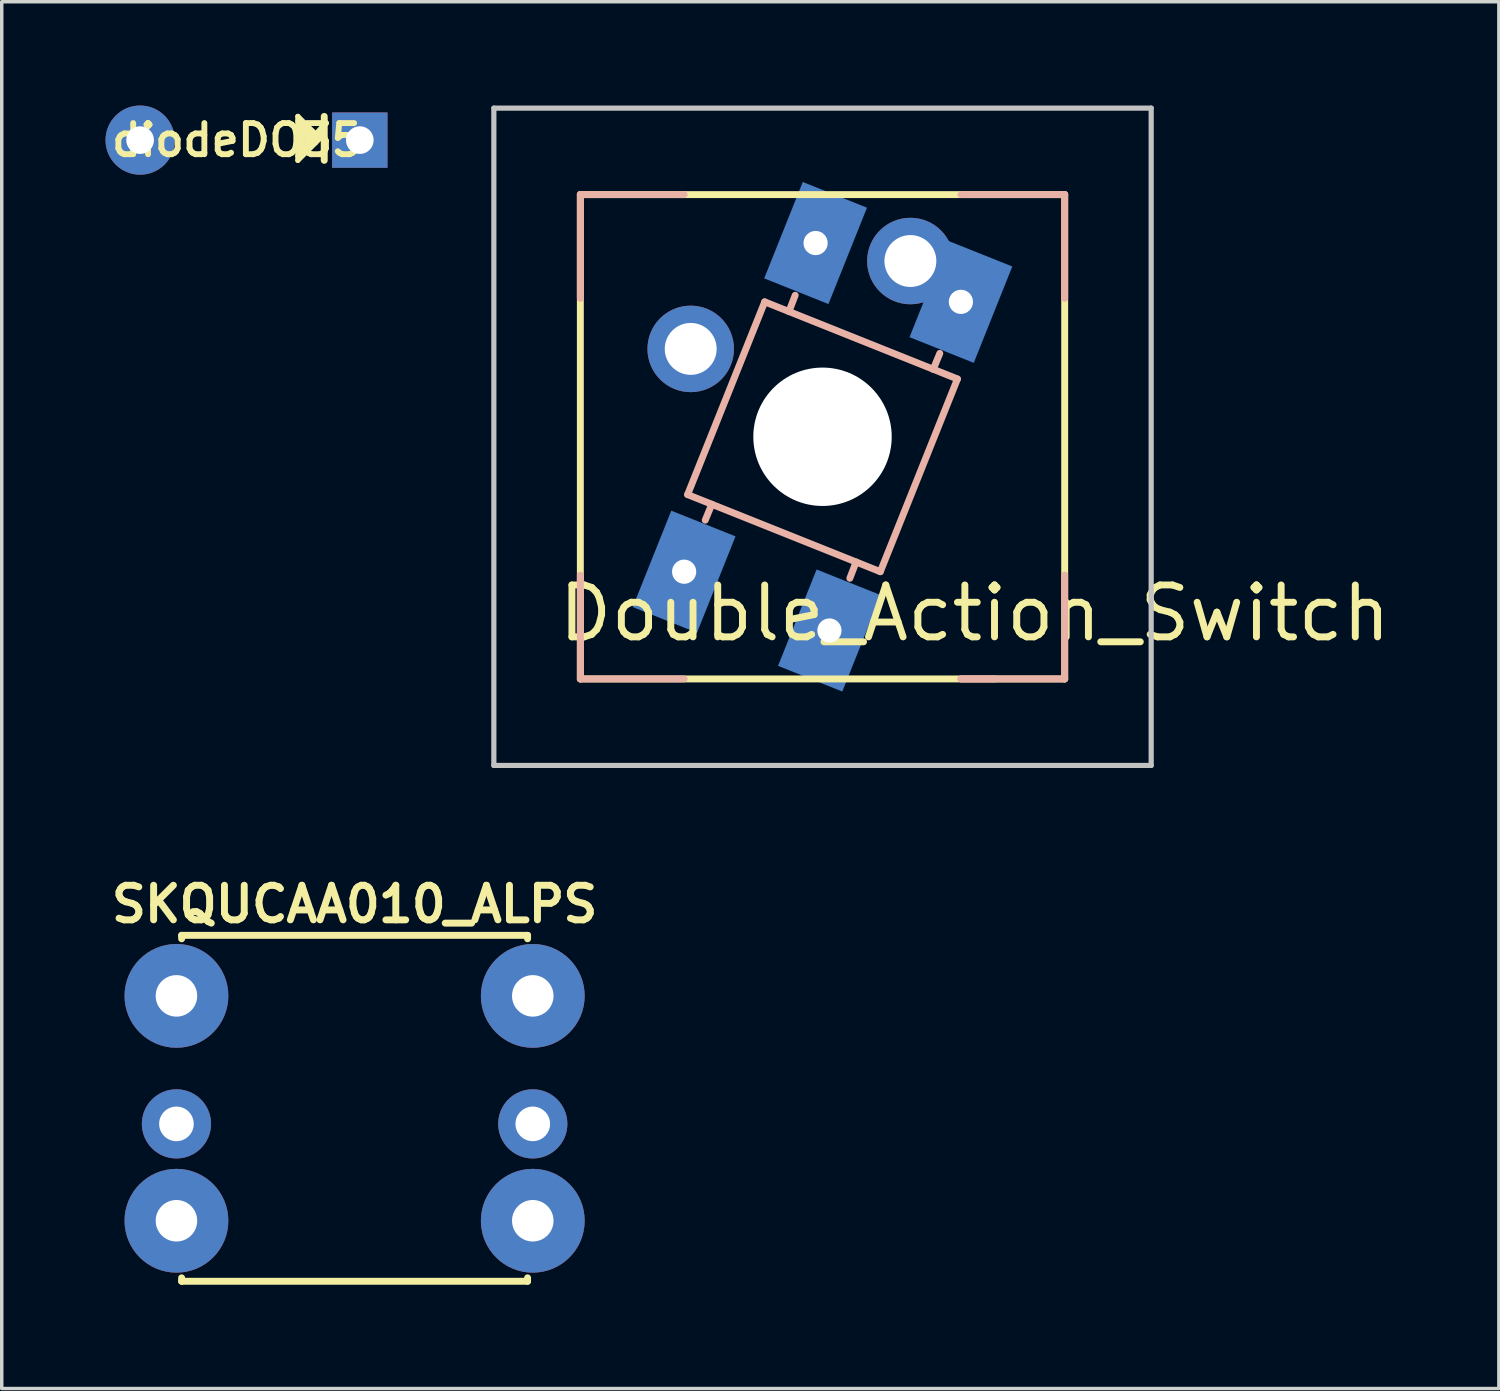
<source format=kicad_pcb>
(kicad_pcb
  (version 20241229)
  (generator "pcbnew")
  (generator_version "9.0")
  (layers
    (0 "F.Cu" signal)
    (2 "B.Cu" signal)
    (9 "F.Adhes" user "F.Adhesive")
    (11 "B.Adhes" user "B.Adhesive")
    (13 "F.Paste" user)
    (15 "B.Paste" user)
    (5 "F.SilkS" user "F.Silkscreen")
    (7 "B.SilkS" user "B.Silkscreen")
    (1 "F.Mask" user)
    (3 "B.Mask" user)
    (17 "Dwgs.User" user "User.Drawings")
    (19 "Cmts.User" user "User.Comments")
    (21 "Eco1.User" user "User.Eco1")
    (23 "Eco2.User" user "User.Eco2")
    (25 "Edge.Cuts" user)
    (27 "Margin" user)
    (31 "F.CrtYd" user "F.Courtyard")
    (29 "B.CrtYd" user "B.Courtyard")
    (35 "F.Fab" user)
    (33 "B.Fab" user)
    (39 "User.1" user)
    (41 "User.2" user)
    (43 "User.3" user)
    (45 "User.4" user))
  (footprint "Double_Action_Switch"
    (layer "F.Cu")
    (at 20.725 9.575)
    (property "Reference" "Double_Action_Switch" (at 4.4 5.1 0) (layer "F.SilkS") (effects (font (size 1.5 1.5) (thickness 0.2))))
    (attr through_hole)
    (fp_line (start -7 -7) (end -7 7) (stroke (width 0.2) (type solid)) (layer "F.SilkS"))
    (fp_line (start 7 -7) (end -7 -7) (stroke (width 0.2) (type solid)) (layer "F.SilkS"))
    (fp_line (start 7 -7) (end 7 7) (stroke (width 0.2) (type solid)) (layer "F.SilkS"))
    (fp_line (start 7 7) (end -7 7) (stroke (width 0.2) (type solid)) (layer "F.SilkS"))
    (fp_line (start -7 -7) (end -4 -7) (stroke (width 0.2) (type solid)) (layer "B.SilkS"))
    (fp_line (start -7 -4) (end -7 -7) (stroke (width 0.2) (type solid)) (layer "B.SilkS"))
    (fp_line (start -7 7) (end -7 4) (stroke (width 0.2) (type solid)) (layer "B.SilkS"))
    (fp_line (start -4 7) (end -7 7) (stroke (width 0.2) (type solid)) (layer "B.SilkS"))
    (fp_line (start -3.9 1.671) (end -1.671 -3.9) (stroke (width 0.2) (type solid)) (layer "B.SilkS"))
    (fp_line (start -3.9 1.671) (end 1.671 3.9) (stroke (width 0.2) (type solid)) (layer "B.SilkS"))
    (fp_line (start -3.39 2.41) (end -3.2 1.95) (stroke (width 0.2) (type solid)) (layer "B.SilkS"))
    (fp_line (start -1.671 -3.9) (end 3.9 -1.671) (stroke (width 0.2) (type solid)) (layer "B.SilkS"))
    (fp_line (start -0.97 -3.62) (end -0.79 -4.09) (stroke (width 0.2) (type solid)) (layer "B.SilkS"))
    (fp_line (start 0.97 3.62) (end 0.79 4.09) (stroke (width 0.2) (type solid)) (layer "B.SilkS"))
    (fp_line (start 3.39 -2.41) (end 3.2 -1.95) (stroke (width 0.2) (type solid)) (layer "B.SilkS"))
    (fp_line (start 3.9 -1.671) (end 1.671 3.9) (stroke (width 0.2) (type solid)) (layer "B.SilkS"))
    (fp_line (start 4 -7) (end 7 -7) (stroke (width 0.2) (type solid)) (layer "B.SilkS"))
    (fp_line (start 4 7) (end 7 7) (stroke (width 0.2) (type solid)) (layer "B.SilkS"))
    (fp_line (start 5 7) (end 4 7) (stroke (width 0.2) (type solid)) (layer "B.SilkS"))
    (fp_line (start 7 -7) (end 7 -4) (stroke (width 0.2) (type solid)) (layer "B.SilkS"))
    (fp_line (start 7 7) (end 7 4) (stroke (width 0.2) (type solid)) (layer "B.SilkS"))
    (fp_line (start -9.5 -9.5) (end 9.5 -9.5) (stroke (width 0.15) (type solid)) (layer "Dwgs.User"))
    (fp_line (start -9.5 9.5) (end -9.5 -9.5) (stroke (width 0.15) (type solid)) (layer "Dwgs.User"))
    (fp_line (start 9.5 -9.5) (end 9.5 9.5) (stroke (width 0.15) (type solid)) (layer "Dwgs.User"))
    (fp_line (start 9.5 9.5) (end -9.5 9.5) (stroke (width 0.15) (type solid)) (layer "Dwgs.User"))
    (pad "" np_thru_hole circle (at 0 0) (size 4 4) (drill 4) (layers "*.Cu" "*.Mask"))
    (pad "1" thru_hole circle (at -3.81 -2.54) (size 2.5 2.5) (drill 1.5) (layers "*.Cu" "*.Mask"))
    (pad "2" thru_hole circle (at 0.2 5.6) (size 1.5 1.5) (drill 0.7) (layers "*.Cu" "*.Mask"))
    (pad "2" smd rect (at 0.2 5.6 338.2) (size 2 3) (layers "B.Cu" "B.Mask" "B.Paste"))
    (pad "2" thru_hole circle (at 2.54 -5.08) (size 2.5 2.5) (drill 1.5) (layers "*.Cu" "*.Mask"))
    (pad "2" thru_hole circle (at 4 -3.9) (size 1.5 1.5) (drill 0.7) (layers "*.Cu" "*.Mask"))
    (pad "2" smd rect (at 4 -3.9 338.2) (size 2 3) (layers "B.Cu" "B.Mask" "B.Paste"))
    (pad "3" thru_hole circle (at -4 3.9) (size 1.5 1.5) (drill 0.7) (layers "*.Cu" "*.Mask"))
    (pad "3" smd rect (at -4 3.9 338.2) (size 2 3) (layers "B.Cu" "B.Mask" "B.Paste"))
    (pad "3" thru_hole circle (at -0.2 -5.6) (size 1.5 1.5) (drill 0.7) (layers "*.Cu" "*.Mask"))
    (pad "3" smd rect (at -0.2 -5.6 338.2) (size 2 3) (layers "B.Cu" "B.Mask" "B.Paste")))
  (footprint "SKQUCAA010_ALPS"
    (layer "F.Cu")
    (at 7.2 28.986)
    (property "Reference" "SKQUCAA010_ALPS" (at 0 -5.9 0) (layer "F.SilkS") (effects (font (size 1 1) (thickness 0.2))))
    (attr through_hole)
    (fp_line (start -5 -5) (end -5 -4.9) (stroke (width 0.2) (type solid)) (layer "F.SilkS"))
    (fp_line (start -5 -5) (end 5 -5) (stroke (width 0.2) (type solid)) (layer "F.SilkS"))
    (fp_line (start -5 5) (end -5 4.9) (stroke (width 0.2) (type solid)) (layer "F.SilkS"))
    (fp_line (start -5 5) (end 5 5) (stroke (width 0.2) (type solid)) (layer "F.SilkS"))
    (fp_line (start 5 -5) (end 5 -4.9) (stroke (width 0.2) (type solid)) (layer "F.SilkS"))
    (fp_line (start 5 5) (end 5 4.9) (stroke (width 0.2) (type solid)) (layer "F.SilkS"))
    (pad "1" thru_hole circle (at -5.15 -3.25) (size 3 3) (drill 1.2) (layers "*.Cu" "*.Mask"))
    (pad "2" thru_hole circle (at -5.15 0.45) (size 2 2) (drill 1) (layers "*.Cu" "*.Mask"))
    (pad "3" thru_hole circle (at -5.15 3.25) (size 3 3) (drill 1.2) (layers "*.Cu" "*.Mask"))
    (pad "4" thru_hole circle (at 5.15 3.25) (size 3 3) (drill 1.2) (layers "*.Cu" "*.Mask"))
    (pad "5" thru_hole circle (at 5.15 0.45) (size 2 2) (drill 1) (layers "*.Cu" "*.Mask"))
    (pad "6" thru_hole circle (at 5.15 -3.25) (size 3 3) (drill 1.2) (layers "*.Cu" "*.Mask")))
  (footprint "diodeDO35"
    (layer "F.Cu")
    (at 1 1)
    (property "Reference" "diodeDO35" (at 2.8 0 0) (layer "F.SilkS") (effects (font (size 0.9 0.9) (thickness 0.17))))
    (attr through_hole)
    (fp_line (start 4.56 -0.685) (end 5.195 -0.05) (stroke (width 0.15) (type solid)) (layer "F.SilkS"))
    (fp_line (start 4.56 -0.558) (end 5.068 -0.05) (stroke (width 0.15) (type solid)) (layer "F.SilkS"))
    (fp_line (start 4.56 0.585) (end 4.56 -0.685) (stroke (width 0.15) (type solid)) (layer "F.SilkS"))
    (fp_line (start 4.687 -0.431) (end 4.687 0.331) (stroke (width 0.15) (type solid)) (layer "F.SilkS"))
    (fp_line (start 4.814 -0.304) (end 4.814 0.204) (stroke (width 0.15) (type solid)) (layer "F.SilkS"))
    (fp_line (start 4.941 -0.177) (end 4.941 0.077) (stroke (width 0.15) (type solid)) (layer "F.SilkS"))
    (fp_line (start 5.068 -0.177) (end 5.068 0.077) (stroke (width 0.15) (type solid)) (layer "F.SilkS"))
    (fp_line (start 5.068 -0.05) (end 4.56 0.458) (stroke (width 0.15) (type solid)) (layer "F.SilkS"))
    (fp_line (start 5.195 -0.05) (end 4.56 0.585) (stroke (width 0.15) (type solid)) (layer "F.SilkS"))
    (fp_line (start 5.322 -0.685) (end 5.322 0.585) (stroke (width 0.2) (type solid)) (layer "F.SilkS"))
    (pad "1" thru_hole rect (at 6.35 0) (size 1.6 1.6) (drill 0.8) (layers "*.Cu" "*.Mask"))
    (pad "2" thru_hole circle (at 0 0) (size 2 2) (drill 0.8) (layers "*.Cu" "*.Mask")))
  (gr_rect
    (start -3 -3)
    (end 40.275 37.086)
    (stroke (width 0.1) (type default))
    (fill no)
    (layer "Edge.Cuts")))
</source>
